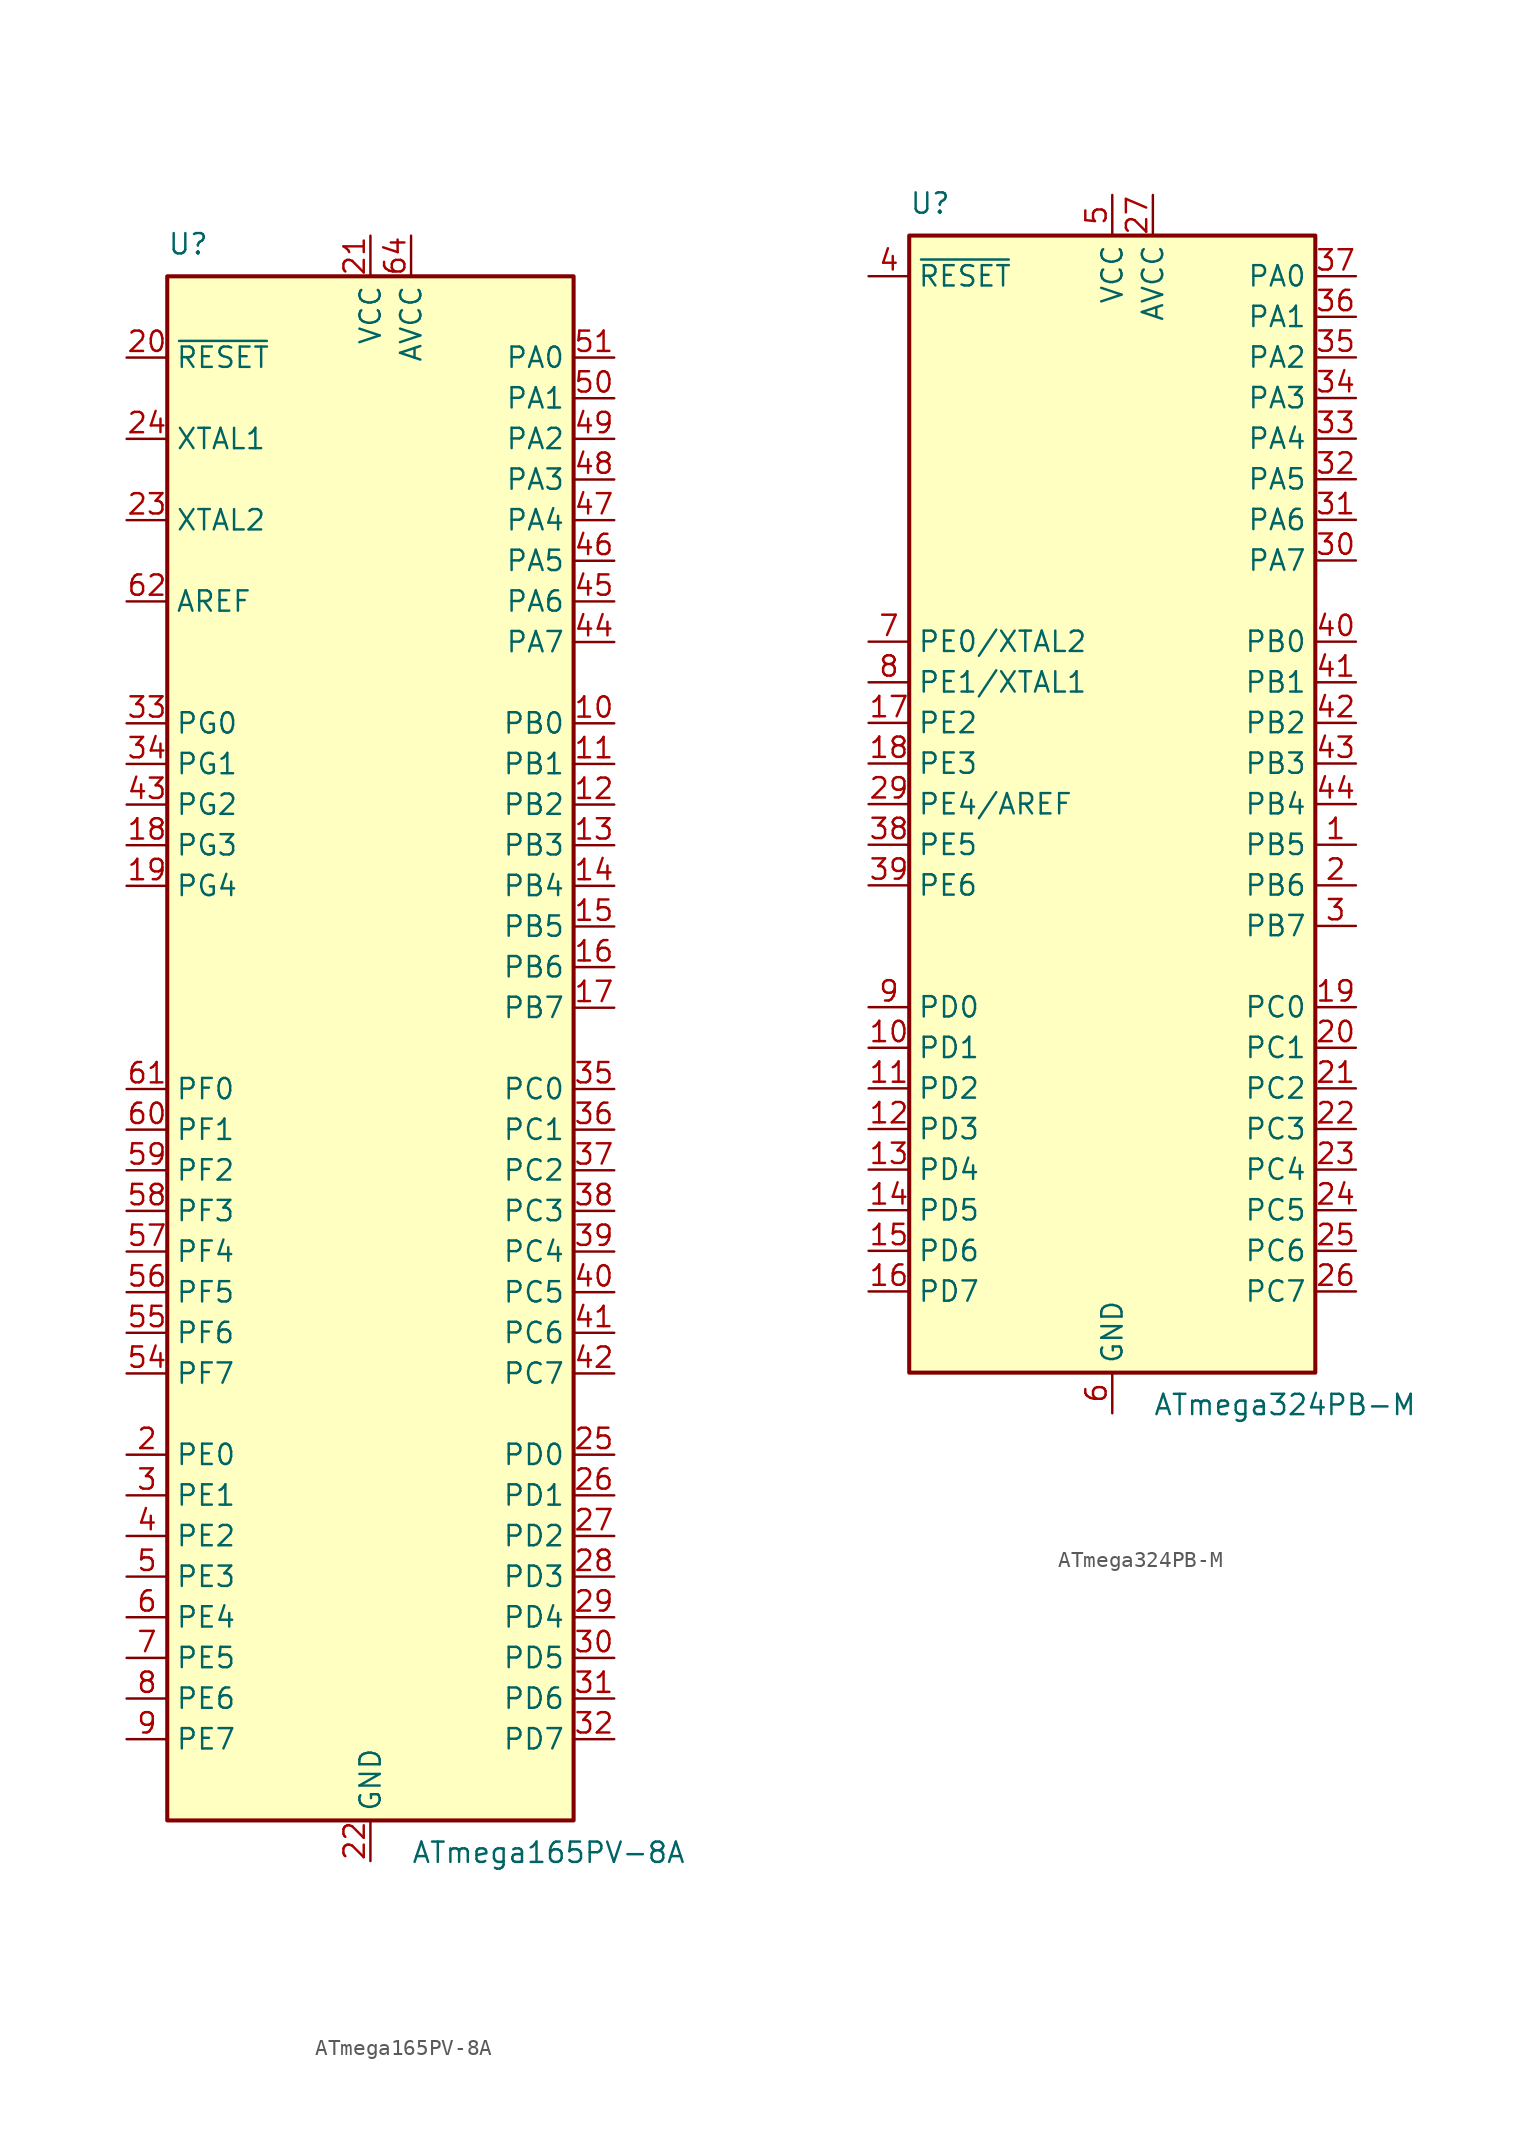
<source format=kicad_sym>
(kicad_symbol_lib
  (version 20231120)
  (generator "kicad_symbol_editor")
  (generator_version "8.0")
  (symbol "ATmega165PV-8A"
    (property "Reference" "U"
      (at -12.7 49.53 0)
      (effects (font (size 1.27 1.27)) (justify left bottom)))
    (property "Value" "ATmega165PV-8A"
      (at 2.54 -49.53 0)
      (effects (font (size 1.27 1.27)) (justify left top)))
    (symbol "ATmega165PV-8A_0_1"
      (rectangle (start -12.7 -48.26) (end 12.7 48.26) (stroke (width 0.254) (type default)) (fill (type background))))
    (symbol "ATmega165PV-8A_1_1"
      (pin no_connect line (at -12.7 -45.72 0) (length 2.54) hide (name "NC" (effects (font (size 1.27 1.27)))) (number "1" (effects (font (size 1.27 1.27)))))
      (pin bidirectional line (at 15.24 20.32 180) (length 2.54) (name "PB0" (effects (font (size 1.27 1.27)))) (number "10" (effects (font (size 1.27 1.27)))))
      (pin bidirectional line (at 15.24 17.78 180) (length 2.54) (name "PB1" (effects (font (size 1.27 1.27)))) (number "11" (effects (font (size 1.27 1.27)))))
      (pin bidirectional line (at 15.24 15.24 180) (length 2.54) (name "PB2" (effects (font (size 1.27 1.27)))) (number "12" (effects (font (size 1.27 1.27)))))
      (pin bidirectional line (at 15.24 12.7 180) (length 2.54) (name "PB3" (effects (font (size 1.27 1.27)))) (number "13" (effects (font (size 1.27 1.27)))))
      (pin bidirectional line (at 15.24 10.16 180) (length 2.54) (name "PB4" (effects (font (size 1.27 1.27)))) (number "14" (effects (font (size 1.27 1.27)))))
      (pin bidirectional line (at 15.24 7.62 180) (length 2.54) (name "PB5" (effects (font (size 1.27 1.27)))) (number "15" (effects (font (size 1.27 1.27)))))
      (pin bidirectional line (at 15.24 5.08 180) (length 2.54) (name "PB6" (effects (font (size 1.27 1.27)))) (number "16" (effects (font (size 1.27 1.27)))))
      (pin bidirectional line (at 15.24 2.54 180) (length 2.54) (name "PB7" (effects (font (size 1.27 1.27)))) (number "17" (effects (font (size 1.27 1.27)))))
      (pin bidirectional line (at -15.24 12.7 0) (length 2.54) (name "PG3" (effects (font (size 1.27 1.27)))) (number "18" (effects (font (size 1.27 1.27)))))
      (pin bidirectional line (at -15.24 10.16 0) (length 2.54) (name "PG4" (effects (font (size 1.27 1.27)))) (number "19" (effects (font (size 1.27 1.27)))))
      (pin bidirectional line (at -15.24 -25.4 0) (length 2.54) (name "PE0" (effects (font (size 1.27 1.27)))) (number "2" (effects (font (size 1.27 1.27)))))
      (pin input line (at -15.24 43.18 0) (length 2.54) (name "~{RESET}" (effects (font (size 1.27 1.27)))) (number "20" (effects (font (size 1.27 1.27)))))
      (pin power_in line (at 0 50.8 270) (length 2.54) (name "VCC" (effects (font (size 1.27 1.27)))) (number "21" (effects (font (size 1.27 1.27)))))
      (pin power_in line (at 0 -50.8 90) (length 2.54) (name "GND" (effects (font (size 1.27 1.27)))) (number "22" (effects (font (size 1.27 1.27)))))
      (pin output line (at -15.24 33.02 0) (length 2.54) (name "XTAL2" (effects (font (size 1.27 1.27)))) (number "23" (effects (font (size 1.27 1.27)))))
      (pin input line (at -15.24 38.1 0) (length 2.54) (name "XTAL1" (effects (font (size 1.27 1.27)))) (number "24" (effects (font (size 1.27 1.27)))))
      (pin bidirectional line (at 15.24 -25.4 180) (length 2.54) (name "PD0" (effects (font (size 1.27 1.27)))) (number "25" (effects (font (size 1.27 1.27)))))
      (pin bidirectional line (at 15.24 -27.94 180) (length 2.54) (name "PD1" (effects (font (size 1.27 1.27)))) (number "26" (effects (font (size 1.27 1.27)))))
      (pin bidirectional line (at 15.24 -30.48 180) (length 2.54) (name "PD2" (effects (font (size 1.27 1.27)))) (number "27" (effects (font (size 1.27 1.27)))))
      (pin bidirectional line (at 15.24 -33.02 180) (length 2.54) (name "PD3" (effects (font (size 1.27 1.27)))) (number "28" (effects (font (size 1.27 1.27)))))
      (pin bidirectional line (at 15.24 -35.56 180) (length 2.54) (name "PD4" (effects (font (size 1.27 1.27)))) (number "29" (effects (font (size 1.27 1.27)))))
      (pin bidirectional line (at -15.24 -27.94 0) (length 2.54) (name "PE1" (effects (font (size 1.27 1.27)))) (number "3" (effects (font (size 1.27 1.27)))))
      (pin bidirectional line (at 15.24 -38.1 180) (length 2.54) (name "PD5" (effects (font (size 1.27 1.27)))) (number "30" (effects (font (size 1.27 1.27)))))
      (pin bidirectional line (at 15.24 -40.64 180) (length 2.54) (name "PD6" (effects (font (size 1.27 1.27)))) (number "31" (effects (font (size 1.27 1.27)))))
      (pin bidirectional line (at 15.24 -43.18 180) (length 2.54) (name "PD7" (effects (font (size 1.27 1.27)))) (number "32" (effects (font (size 1.27 1.27)))))
      (pin bidirectional line (at -15.24 20.32 0) (length 2.54) (name "PG0" (effects (font (size 1.27 1.27)))) (number "33" (effects (font (size 1.27 1.27)))))
      (pin bidirectional line (at -15.24 17.78 0) (length 2.54) (name "PG1" (effects (font (size 1.27 1.27)))) (number "34" (effects (font (size 1.27 1.27)))))
      (pin bidirectional line (at 15.24 -2.54 180) (length 2.54) (name "PC0" (effects (font (size 1.27 1.27)))) (number "35" (effects (font (size 1.27 1.27)))))
      (pin bidirectional line (at 15.24 -5.08 180) (length 2.54) (name "PC1" (effects (font (size 1.27 1.27)))) (number "36" (effects (font (size 1.27 1.27)))))
      (pin bidirectional line (at 15.24 -7.62 180) (length 2.54) (name "PC2" (effects (font (size 1.27 1.27)))) (number "37" (effects (font (size 1.27 1.27)))))
      (pin bidirectional line (at 15.24 -10.16 180) (length 2.54) (name "PC3" (effects (font (size 1.27 1.27)))) (number "38" (effects (font (size 1.27 1.27)))))
      (pin bidirectional line (at 15.24 -12.7 180) (length 2.54) (name "PC4" (effects (font (size 1.27 1.27)))) (number "39" (effects (font (size 1.27 1.27)))))
      (pin bidirectional line (at -15.24 -30.48 0) (length 2.54) (name "PE2" (effects (font (size 1.27 1.27)))) (number "4" (effects (font (size 1.27 1.27)))))
      (pin bidirectional line (at 15.24 -15.24 180) (length 2.54) (name "PC5" (effects (font (size 1.27 1.27)))) (number "40" (effects (font (size 1.27 1.27)))))
      (pin bidirectional line (at 15.24 -17.78 180) (length 2.54) (name "PC6" (effects (font (size 1.27 1.27)))) (number "41" (effects (font (size 1.27 1.27)))))
      (pin bidirectional line (at 15.24 -20.32 180) (length 2.54) (name "PC7" (effects (font (size 1.27 1.27)))) (number "42" (effects (font (size 1.27 1.27)))))
      (pin bidirectional line (at -15.24 15.24 0) (length 2.54) (name "PG2" (effects (font (size 1.27 1.27)))) (number "43" (effects (font (size 1.27 1.27)))))
      (pin bidirectional line (at 15.24 25.4 180) (length 2.54) (name "PA7" (effects (font (size 1.27 1.27)))) (number "44" (effects (font (size 1.27 1.27)))))
      (pin bidirectional line (at 15.24 27.94 180) (length 2.54) (name "PA6" (effects (font (size 1.27 1.27)))) (number "45" (effects (font (size 1.27 1.27)))))
      (pin bidirectional line (at 15.24 30.48 180) (length 2.54) (name "PA5" (effects (font (size 1.27 1.27)))) (number "46" (effects (font (size 1.27 1.27)))))
      (pin bidirectional line (at 15.24 33.02 180) (length 2.54) (name "PA4" (effects (font (size 1.27 1.27)))) (number "47" (effects (font (size 1.27 1.27)))))
      (pin bidirectional line (at 15.24 35.56 180) (length 2.54) (name "PA3" (effects (font (size 1.27 1.27)))) (number "48" (effects (font (size 1.27 1.27)))))
      (pin bidirectional line (at 15.24 38.1 180) (length 2.54) (name "PA2" (effects (font (size 1.27 1.27)))) (number "49" (effects (font (size 1.27 1.27)))))
      (pin bidirectional line (at -15.24 -33.02 0) (length 2.54) (name "PE3" (effects (font (size 1.27 1.27)))) (number "5" (effects (font (size 1.27 1.27)))))
      (pin bidirectional line (at 15.24 40.64 180) (length 2.54) (name "PA1" (effects (font (size 1.27 1.27)))) (number "50" (effects (font (size 1.27 1.27)))))
      (pin bidirectional line (at 15.24 43.18 180) (length 2.54) (name "PA0" (effects (font (size 1.27 1.27)))) (number "51" (effects (font (size 1.27 1.27)))))
      (pin passive line (at 0 50.8 270) (length 2.54) hide (name "VCC" (effects (font (size 1.27 1.27)))) (number "52" (effects (font (size 1.27 1.27)))))
      (pin passive line (at 0 -50.8 90) (length 2.54) hide (name "GND" (effects (font (size 1.27 1.27)))) (number "53" (effects (font (size 1.27 1.27)))))
      (pin bidirectional line (at -15.24 -20.32 0) (length 2.54) (name "PF7" (effects (font (size 1.27 1.27)))) (number "54" (effects (font (size 1.27 1.27)))))
      (pin bidirectional line (at -15.24 -17.78 0) (length 2.54) (name "PF6" (effects (font (size 1.27 1.27)))) (number "55" (effects (font (size 1.27 1.27)))))
      (pin bidirectional line (at -15.24 -15.24 0) (length 2.54) (name "PF5" (effects (font (size 1.27 1.27)))) (number "56" (effects (font (size 1.27 1.27)))))
      (pin bidirectional line (at -15.24 -12.7 0) (length 2.54) (name "PF4" (effects (font (size 1.27 1.27)))) (number "57" (effects (font (size 1.27 1.27)))))
      (pin bidirectional line (at -15.24 -10.16 0) (length 2.54) (name "PF3" (effects (font (size 1.27 1.27)))) (number "58" (effects (font (size 1.27 1.27)))))
      (pin bidirectional line (at -15.24 -7.62 0) (length 2.54) (name "PF2" (effects (font (size 1.27 1.27)))) (number "59" (effects (font (size 1.27 1.27)))))
      (pin bidirectional line (at -15.24 -35.56 0) (length 2.54) (name "PE4" (effects (font (size 1.27 1.27)))) (number "6" (effects (font (size 1.27 1.27)))))
      (pin bidirectional line (at -15.24 -5.08 0) (length 2.54) (name "PF1" (effects (font (size 1.27 1.27)))) (number "60" (effects (font (size 1.27 1.27)))))
      (pin bidirectional line (at -15.24 -2.54 0) (length 2.54) (name "PF0" (effects (font (size 1.27 1.27)))) (number "61" (effects (font (size 1.27 1.27)))))
      (pin passive line (at -15.24 27.94 0) (length 2.54) (name "AREF" (effects (font (size 1.27 1.27)))) (number "62" (effects (font (size 1.27 1.27)))))
      (pin passive line (at 0 -50.8 90) (length 2.54) hide (name "GND" (effects (font (size 1.27 1.27)))) (number "63" (effects (font (size 1.27 1.27)))))
      (pin power_in line (at 2.54 50.8 270) (length 2.54) (name "AVCC" (effects (font (size 1.27 1.27)))) (number "64" (effects (font (size 1.27 1.27)))))
      (pin bidirectional line (at -15.24 -38.1 0) (length 2.54) (name "PE5" (effects (font (size 1.27 1.27)))) (number "7" (effects (font (size 1.27 1.27)))))
      (pin bidirectional line (at -15.24 -40.64 0) (length 2.54) (name "PE6" (effects (font (size 1.27 1.27)))) (number "8" (effects (font (size 1.27 1.27)))))
      (pin bidirectional line (at -15.24 -43.18 0) (length 2.54) (name "PE7" (effects (font (size 1.27 1.27)))) (number "9" (effects (font (size 1.27 1.27)))))))
  (symbol "ATmega324PB-M"
    (property "Reference" "U"
      (at -12.7 36.83 0)
      (effects (font (size 1.27 1.27)) (justify left bottom)))
    (property "Value" "ATmega324PB-M"
      (at 2.54 -36.83 0)
      (effects (font (size 1.27 1.27)) (justify left top)))
    (symbol "ATmega324PB-M_0_1"
      (rectangle (start -12.7 -35.56) (end 12.7 35.56) (stroke (width 0.254) (type default)) (fill (type background))))
    (symbol "ATmega324PB-M_1_1"
      (pin bidirectional line (at 15.24 -2.54 180) (length 2.54) (name "PB5" (effects (font (size 1.27 1.27)))) (number "1" (effects (font (size 1.27 1.27)))))
      (pin bidirectional line (at -15.24 -15.24 0) (length 2.54) (name "PD1" (effects (font (size 1.27 1.27)))) (number "10" (effects (font (size 1.27 1.27)))))
      (pin bidirectional line (at -15.24 -17.78 0) (length 2.54) (name "PD2" (effects (font (size 1.27 1.27)))) (number "11" (effects (font (size 1.27 1.27)))))
      (pin bidirectional line (at -15.24 -20.32 0) (length 2.54) (name "PD3" (effects (font (size 1.27 1.27)))) (number "12" (effects (font (size 1.27 1.27)))))
      (pin bidirectional line (at -15.24 -22.86 0) (length 2.54) (name "PD4" (effects (font (size 1.27 1.27)))) (number "13" (effects (font (size 1.27 1.27)))))
      (pin bidirectional line (at -15.24 -25.4 0) (length 2.54) (name "PD5" (effects (font (size 1.27 1.27)))) (number "14" (effects (font (size 1.27 1.27)))))
      (pin bidirectional line (at -15.24 -27.94 0) (length 2.54) (name "PD6" (effects (font (size 1.27 1.27)))) (number "15" (effects (font (size 1.27 1.27)))))
      (pin bidirectional line (at -15.24 -30.48 0) (length 2.54) (name "PD7" (effects (font (size 1.27 1.27)))) (number "16" (effects (font (size 1.27 1.27)))))
      (pin bidirectional line (at -15.24 5.08 0) (length 2.54) (name "PE2" (effects (font (size 1.27 1.27)))) (number "17" (effects (font (size 1.27 1.27)))))
      (pin bidirectional line (at -15.24 2.54 0) (length 2.54) (name "PE3" (effects (font (size 1.27 1.27)))) (number "18" (effects (font (size 1.27 1.27)))))
      (pin bidirectional line (at 15.24 -12.7 180) (length 2.54) (name "PC0" (effects (font (size 1.27 1.27)))) (number "19" (effects (font (size 1.27 1.27)))))
      (pin bidirectional line (at 15.24 -5.08 180) (length 2.54) (name "PB6" (effects (font (size 1.27 1.27)))) (number "2" (effects (font (size 1.27 1.27)))))
      (pin bidirectional line (at 15.24 -15.24 180) (length 2.54) (name "PC1" (effects (font (size 1.27 1.27)))) (number "20" (effects (font (size 1.27 1.27)))))
      (pin bidirectional line (at 15.24 -17.78 180) (length 2.54) (name "PC2" (effects (font (size 1.27 1.27)))) (number "21" (effects (font (size 1.27 1.27)))))
      (pin bidirectional line (at 15.24 -20.32 180) (length 2.54) (name "PC3" (effects (font (size 1.27 1.27)))) (number "22" (effects (font (size 1.27 1.27)))))
      (pin bidirectional line (at 15.24 -22.86 180) (length 2.54) (name "PC4" (effects (font (size 1.27 1.27)))) (number "23" (effects (font (size 1.27 1.27)))))
      (pin bidirectional line (at 15.24 -25.4 180) (length 2.54) (name "PC5" (effects (font (size 1.27 1.27)))) (number "24" (effects (font (size 1.27 1.27)))))
      (pin bidirectional line (at 15.24 -27.94 180) (length 2.54) (name "PC6" (effects (font (size 1.27 1.27)))) (number "25" (effects (font (size 1.27 1.27)))))
      (pin bidirectional line (at 15.24 -30.48 180) (length 2.54) (name "PC7" (effects (font (size 1.27 1.27)))) (number "26" (effects (font (size 1.27 1.27)))))
      (pin power_in line (at 2.54 38.1 270) (length 2.54) (name "AVCC" (effects (font (size 1.27 1.27)))) (number "27" (effects (font (size 1.27 1.27)))))
      (pin passive line (at 0 -38.1 90) (length 2.54) hide (name "GND" (effects (font (size 1.27 1.27)))) (number "28" (effects (font (size 1.27 1.27)))))
      (pin bidirectional line (at -15.24 0 0) (length 2.54) (name "PE4/AREF" (effects (font (size 1.27 1.27)))) (number "29" (effects (font (size 1.27 1.27)))))
      (pin bidirectional line (at 15.24 -7.62 180) (length 2.54) (name "PB7" (effects (font (size 1.27 1.27)))) (number "3" (effects (font (size 1.27 1.27)))))
      (pin bidirectional line (at 15.24 15.24 180) (length 2.54) (name "PA7" (effects (font (size 1.27 1.27)))) (number "30" (effects (font (size 1.27 1.27)))))
      (pin bidirectional line (at 15.24 17.78 180) (length 2.54) (name "PA6" (effects (font (size 1.27 1.27)))) (number "31" (effects (font (size 1.27 1.27)))))
      (pin bidirectional line (at 15.24 20.32 180) (length 2.54) (name "PA5" (effects (font (size 1.27 1.27)))) (number "32" (effects (font (size 1.27 1.27)))))
      (pin bidirectional line (at 15.24 22.86 180) (length 2.54) (name "PA4" (effects (font (size 1.27 1.27)))) (number "33" (effects (font (size 1.27 1.27)))))
      (pin bidirectional line (at 15.24 25.4 180) (length 2.54) (name "PA3" (effects (font (size 1.27 1.27)))) (number "34" (effects (font (size 1.27 1.27)))))
      (pin bidirectional line (at 15.24 27.94 180) (length 2.54) (name "PA2" (effects (font (size 1.27 1.27)))) (number "35" (effects (font (size 1.27 1.27)))))
      (pin bidirectional line (at 15.24 30.48 180) (length 2.54) (name "PA1" (effects (font (size 1.27 1.27)))) (number "36" (effects (font (size 1.27 1.27)))))
      (pin bidirectional line (at 15.24 33.02 180) (length 2.54) (name "PA0" (effects (font (size 1.27 1.27)))) (number "37" (effects (font (size 1.27 1.27)))))
      (pin bidirectional line (at -15.24 -2.54 0) (length 2.54) (name "PE5" (effects (font (size 1.27 1.27)))) (number "38" (effects (font (size 1.27 1.27)))))
      (pin bidirectional line (at -15.24 -5.08 0) (length 2.54) (name "PE6" (effects (font (size 1.27 1.27)))) (number "39" (effects (font (size 1.27 1.27)))))
      (pin input line (at -15.24 33.02 0) (length 2.54) (name "~{RESET}" (effects (font (size 1.27 1.27)))) (number "4" (effects (font (size 1.27 1.27)))))
      (pin bidirectional line (at 15.24 10.16 180) (length 2.54) (name "PB0" (effects (font (size 1.27 1.27)))) (number "40" (effects (font (size 1.27 1.27)))))
      (pin bidirectional line (at 15.24 7.62 180) (length 2.54) (name "PB1" (effects (font (size 1.27 1.27)))) (number "41" (effects (font (size 1.27 1.27)))))
      (pin bidirectional line (at 15.24 5.08 180) (length 2.54) (name "PB2" (effects (font (size 1.27 1.27)))) (number "42" (effects (font (size 1.27 1.27)))))
      (pin bidirectional line (at 15.24 2.54 180) (length 2.54) (name "PB3" (effects (font (size 1.27 1.27)))) (number "43" (effects (font (size 1.27 1.27)))))
      (pin bidirectional line (at 15.24 0 180) (length 2.54) (name "PB4" (effects (font (size 1.27 1.27)))) (number "44" (effects (font (size 1.27 1.27)))))
      (pin passive line (at 0 -38.1 90) (length 2.54) hide (name "GND" (effects (font (size 1.27 1.27)))) (number "45" (effects (font (size 1.27 1.27)))))
      (pin power_in line (at 0 38.1 270) (length 2.54) (name "VCC" (effects (font (size 1.27 1.27)))) (number "5" (effects (font (size 1.27 1.27)))))
      (pin power_in line (at 0 -38.1 90) (length 2.54) (name "GND" (effects (font (size 1.27 1.27)))) (number "6" (effects (font (size 1.27 1.27)))))
      (pin bidirectional line (at -15.24 10.16 0) (length 2.54) (name "PE0/XTAL2" (effects (font (size 1.27 1.27)))) (number "7" (effects (font (size 1.27 1.27)))))
      (pin bidirectional line (at -15.24 7.62 0) (length 2.54) (name "PE1/XTAL1" (effects (font (size 1.27 1.27)))) (number "8" (effects (font (size 1.27 1.27)))))
      (pin bidirectional line (at -15.24 -12.7 0) (length 2.54) (name "PD0" (effects (font (size 1.27 1.27)))) (number "9" (effects (font (size 1.27 1.27))))))))
</source>
